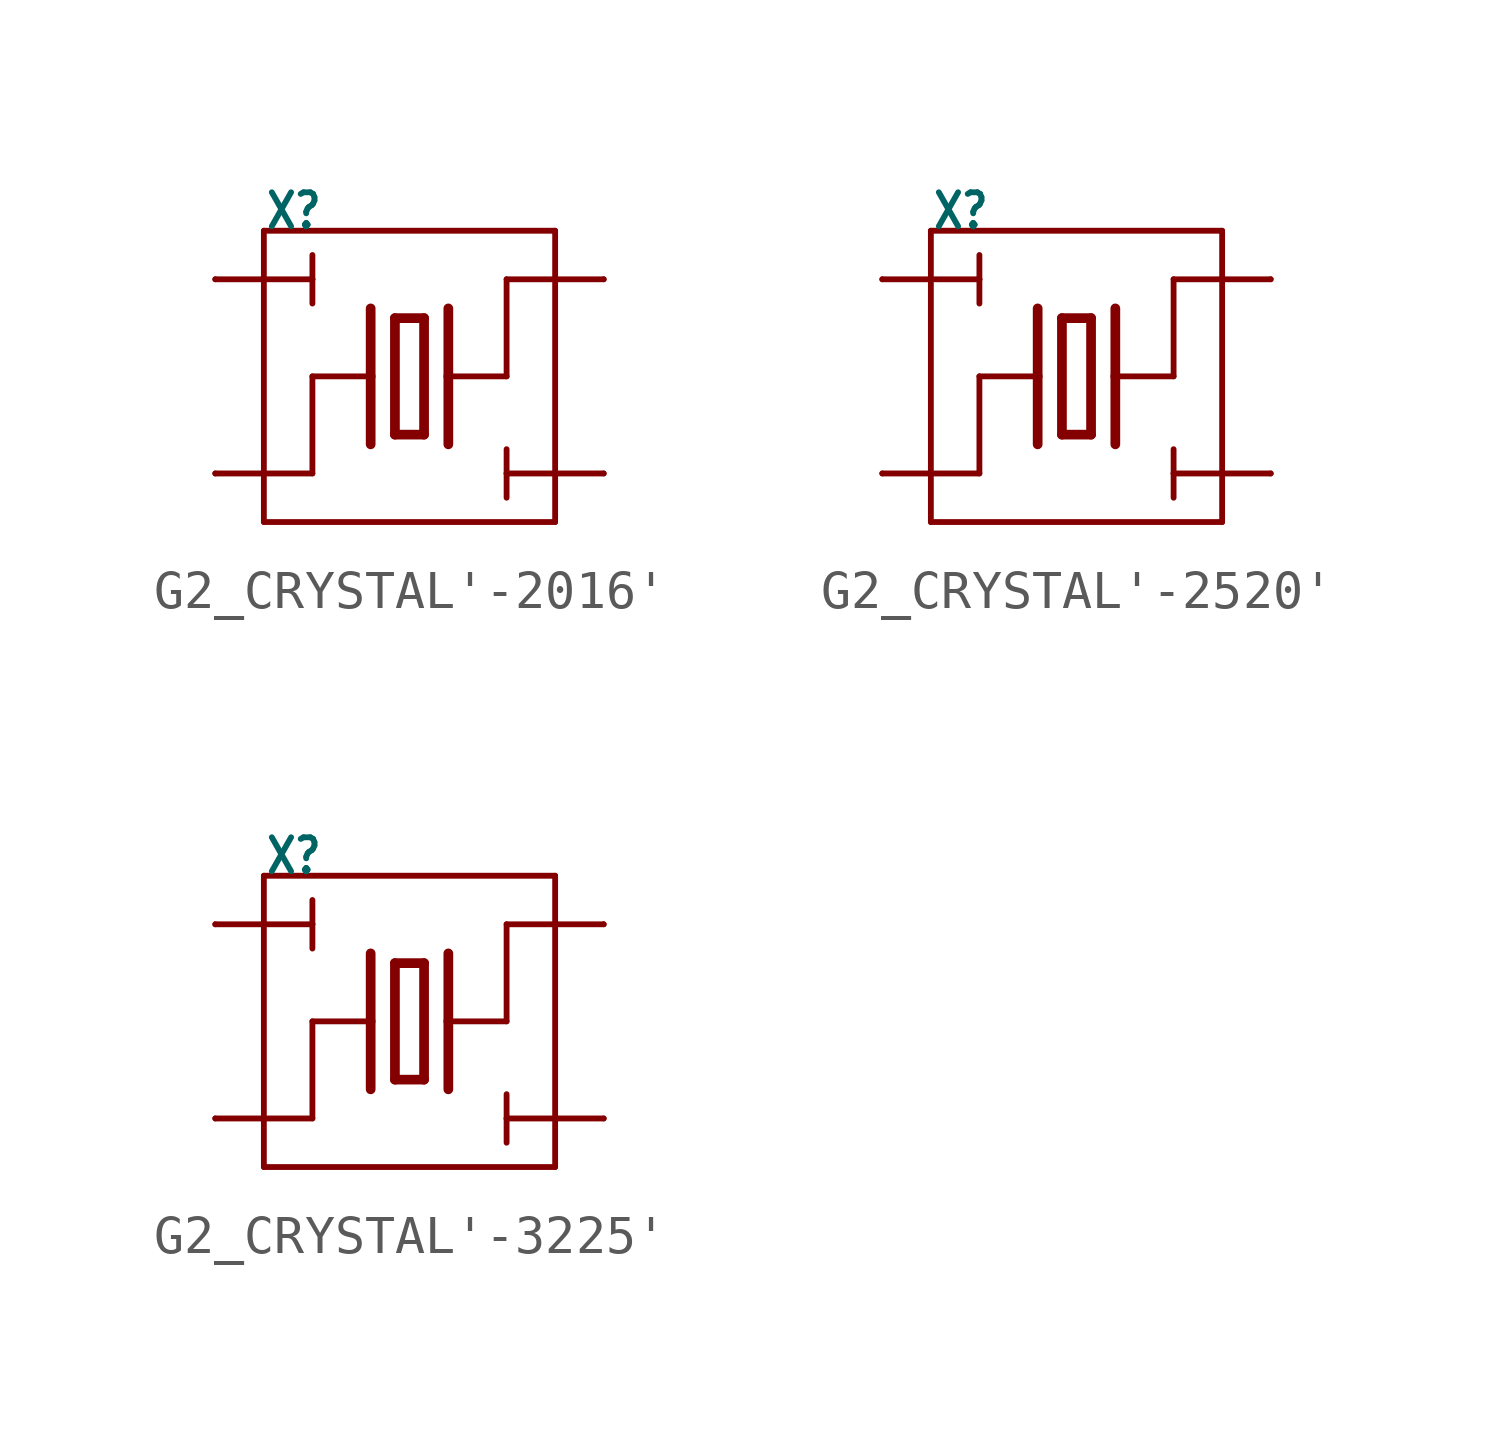
<source format=kicad_sym>
(kicad_symbol_lib
  (version 20231120)
  (generator "kicad_symbol_editor")
  (generator_version "8.0")
  (symbol "G2_CRYSTAL'-2016'"
    (property "Reference" "X"
      (at -3.81 3.81 0)
      (effects (font (size 0.889 0.756)) (justify left bottom)))
    (property "Value" ""
      (at 0 3.81 0)
      (effects (font (size 0.889 0.756)) (justify left bottom)))
    (property "ki_locked" ""
      (at 0 0 0)
      (effects (font (size 1.27 1.27))))
    (symbol "G2_CRYSTAL'-2016'_1_0"
      (polyline (pts (xy -3.81 -3.81) (xy -3.81 -2.54)) (stroke (width 0.152) (type solid)) (fill (type none)))
      (polyline (pts (xy -3.81 -2.54) (xy -5.08 -2.54)) (stroke (width 0.152) (type solid)) (fill (type none)))
      (polyline (pts (xy -3.81 -2.54) (xy -3.81 2.54)) (stroke (width 0.152) (type solid)) (fill (type none)))
      (polyline (pts (xy -3.81 2.54) (xy -5.08 2.54)) (stroke (width 0.152) (type solid)) (fill (type none)))
      (polyline (pts (xy -3.81 2.54) (xy -3.81 3.81)) (stroke (width 0.152) (type solid)) (fill (type none)))
      (polyline (pts (xy -3.81 2.54) (xy -2.54 2.54)) (stroke (width 0.152) (type solid)) (fill (type none)))
      (polyline (pts (xy -3.81 3.81) (xy 3.81 3.81)) (stroke (width 0.152) (type solid)) (fill (type none)))
      (polyline (pts (xy -2.54 -2.54) (xy -3.81 -2.54)) (stroke (width 0.152) (type solid)) (fill (type none)))
      (polyline (pts (xy -2.54 -2.54) (xy -2.54 0)) (stroke (width 0.152) (type solid)) (fill (type none)))
      (polyline (pts (xy -2.54 0) (xy -1.016 0)) (stroke (width 0.152) (type solid)) (fill (type none)))
      (polyline (pts (xy -2.54 2.54) (xy -2.54 1.905)) (stroke (width 0.152) (type solid)) (fill (type none)))
      (polyline (pts (xy -2.54 2.54) (xy -2.54 3.175)) (stroke (width 0.152) (type solid)) (fill (type none)))
      (polyline (pts (xy -1.016 0) (xy -1.016 -1.778)) (stroke (width 0.254) (type solid)) (fill (type none)))
      (polyline (pts (xy -1.016 1.778) (xy -1.016 0)) (stroke (width 0.254) (type solid)) (fill (type none)))
      (polyline (pts (xy -0.381 -1.524) (xy 0.381 -1.524)) (stroke (width 0.254) (type solid)) (fill (type none)))
      (polyline (pts (xy -0.381 1.524) (xy -0.381 -1.524)) (stroke (width 0.254) (type solid)) (fill (type none)))
      (polyline (pts (xy 0.381 -1.524) (xy 0.381 1.524)) (stroke (width 0.254) (type solid)) (fill (type none)))
      (polyline (pts (xy 0.381 1.524) (xy -0.381 1.524)) (stroke (width 0.254) (type solid)) (fill (type none)))
      (polyline (pts (xy 1.016 0) (xy 1.016 -1.778)) (stroke (width 0.254) (type solid)) (fill (type none)))
      (polyline (pts (xy 1.016 0) (xy 2.54 0)) (stroke (width 0.152) (type solid)) (fill (type none)))
      (polyline (pts (xy 1.016 1.778) (xy 1.016 0)) (stroke (width 0.254) (type solid)) (fill (type none)))
      (polyline (pts (xy 2.54 -2.54) (xy 2.54 -3.175)) (stroke (width 0.152) (type solid)) (fill (type none)))
      (polyline (pts (xy 2.54 -2.54) (xy 2.54 -1.905)) (stroke (width 0.152) (type solid)) (fill (type none)))
      (polyline (pts (xy 2.54 0) (xy 2.54 2.54)) (stroke (width 0.152) (type solid)) (fill (type none)))
      (polyline (pts (xy 2.54 2.54) (xy 3.81 2.54)) (stroke (width 0.152) (type solid)) (fill (type none)))
      (polyline (pts (xy 3.81 -3.81) (xy -3.81 -3.81)) (stroke (width 0.152) (type solid)) (fill (type none)))
      (polyline (pts (xy 3.81 -2.54) (xy 2.54 -2.54)) (stroke (width 0.152) (type solid)) (fill (type none)))
      (polyline (pts (xy 3.81 -2.54) (xy 3.81 -3.81)) (stroke (width 0.152) (type solid)) (fill (type none)))
      (polyline (pts (xy 3.81 -2.54) (xy 5.08 -2.54)) (stroke (width 0.152) (type solid)) (fill (type none)))
      (polyline (pts (xy 3.81 2.54) (xy 3.81 -2.54)) (stroke (width 0.152) (type solid)) (fill (type none)))
      (polyline (pts (xy 3.81 2.54) (xy 5.08 2.54)) (stroke (width 0.152) (type solid)) (fill (type none)))
      (polyline (pts (xy 3.81 3.81) (xy 3.81 2.54)) (stroke (width 0.152) (type solid)) (fill (type none)))
      (pin bidirectional line (at -5.08 2.54 0) (length 0) (name "1" (effects (font (size 0 0)))) (number "1" (effects (font (size 0 0)))))
      (pin passive line (at -5.08 -2.54 0) (length 0) (name "2" (effects (font (size 0 0)))) (number "2" (effects (font (size 0 0)))))
      (pin bidirectional line (at 5.08 -2.54 180) (length 0) (name "3" (effects (font (size 0 0)))) (number "3" (effects (font (size 0 0)))))
      (pin passive line (at 5.08 2.54 180) (length 0) (name "4" (effects (font (size 0 0)))) (number "4" (effects (font (size 0 0)))))))
  (symbol "G2_CRYSTAL'-2520'"
    (property "Reference" "X"
      (at -3.81 3.81 0)
      (effects (font (size 0.889 0.756)) (justify left bottom)))
    (property "Value" ""
      (at 0 3.81 0)
      (effects (font (size 0.889 0.756)) (justify left bottom)))
    (property "ki_locked" ""
      (at 0 0 0)
      (effects (font (size 1.27 1.27))))
    (symbol "G2_CRYSTAL'-2520'_1_0"
      (polyline (pts (xy -3.81 -3.81) (xy -3.81 -2.54)) (stroke (width 0.152) (type solid)) (fill (type none)))
      (polyline (pts (xy -3.81 -2.54) (xy -5.08 -2.54)) (stroke (width 0.152) (type solid)) (fill (type none)))
      (polyline (pts (xy -3.81 -2.54) (xy -3.81 2.54)) (stroke (width 0.152) (type solid)) (fill (type none)))
      (polyline (pts (xy -3.81 2.54) (xy -5.08 2.54)) (stroke (width 0.152) (type solid)) (fill (type none)))
      (polyline (pts (xy -3.81 2.54) (xy -3.81 3.81)) (stroke (width 0.152) (type solid)) (fill (type none)))
      (polyline (pts (xy -3.81 2.54) (xy -2.54 2.54)) (stroke (width 0.152) (type solid)) (fill (type none)))
      (polyline (pts (xy -3.81 3.81) (xy 3.81 3.81)) (stroke (width 0.152) (type solid)) (fill (type none)))
      (polyline (pts (xy -2.54 -2.54) (xy -3.81 -2.54)) (stroke (width 0.152) (type solid)) (fill (type none)))
      (polyline (pts (xy -2.54 -2.54) (xy -2.54 0)) (stroke (width 0.152) (type solid)) (fill (type none)))
      (polyline (pts (xy -2.54 0) (xy -1.016 0)) (stroke (width 0.152) (type solid)) (fill (type none)))
      (polyline (pts (xy -2.54 2.54) (xy -2.54 1.905)) (stroke (width 0.152) (type solid)) (fill (type none)))
      (polyline (pts (xy -2.54 2.54) (xy -2.54 3.175)) (stroke (width 0.152) (type solid)) (fill (type none)))
      (polyline (pts (xy -1.016 0) (xy -1.016 -1.778)) (stroke (width 0.254) (type solid)) (fill (type none)))
      (polyline (pts (xy -1.016 1.778) (xy -1.016 0)) (stroke (width 0.254) (type solid)) (fill (type none)))
      (polyline (pts (xy -0.381 -1.524) (xy 0.381 -1.524)) (stroke (width 0.254) (type solid)) (fill (type none)))
      (polyline (pts (xy -0.381 1.524) (xy -0.381 -1.524)) (stroke (width 0.254) (type solid)) (fill (type none)))
      (polyline (pts (xy 0.381 -1.524) (xy 0.381 1.524)) (stroke (width 0.254) (type solid)) (fill (type none)))
      (polyline (pts (xy 0.381 1.524) (xy -0.381 1.524)) (stroke (width 0.254) (type solid)) (fill (type none)))
      (polyline (pts (xy 1.016 0) (xy 1.016 -1.778)) (stroke (width 0.254) (type solid)) (fill (type none)))
      (polyline (pts (xy 1.016 0) (xy 2.54 0)) (stroke (width 0.152) (type solid)) (fill (type none)))
      (polyline (pts (xy 1.016 1.778) (xy 1.016 0)) (stroke (width 0.254) (type solid)) (fill (type none)))
      (polyline (pts (xy 2.54 -2.54) (xy 2.54 -3.175)) (stroke (width 0.152) (type solid)) (fill (type none)))
      (polyline (pts (xy 2.54 -2.54) (xy 2.54 -1.905)) (stroke (width 0.152) (type solid)) (fill (type none)))
      (polyline (pts (xy 2.54 0) (xy 2.54 2.54)) (stroke (width 0.152) (type solid)) (fill (type none)))
      (polyline (pts (xy 2.54 2.54) (xy 3.81 2.54)) (stroke (width 0.152) (type solid)) (fill (type none)))
      (polyline (pts (xy 3.81 -3.81) (xy -3.81 -3.81)) (stroke (width 0.152) (type solid)) (fill (type none)))
      (polyline (pts (xy 3.81 -2.54) (xy 2.54 -2.54)) (stroke (width 0.152) (type solid)) (fill (type none)))
      (polyline (pts (xy 3.81 -2.54) (xy 3.81 -3.81)) (stroke (width 0.152) (type solid)) (fill (type none)))
      (polyline (pts (xy 3.81 -2.54) (xy 5.08 -2.54)) (stroke (width 0.152) (type solid)) (fill (type none)))
      (polyline (pts (xy 3.81 2.54) (xy 3.81 -2.54)) (stroke (width 0.152) (type solid)) (fill (type none)))
      (polyline (pts (xy 3.81 2.54) (xy 5.08 2.54)) (stroke (width 0.152) (type solid)) (fill (type none)))
      (polyline (pts (xy 3.81 3.81) (xy 3.81 2.54)) (stroke (width 0.152) (type solid)) (fill (type none)))
      (pin bidirectional line (at -5.08 2.54 0) (length 0) (name "1" (effects (font (size 0 0)))) (number "1" (effects (font (size 0 0)))))
      (pin passive line (at -5.08 -2.54 0) (length 0) (name "2" (effects (font (size 0 0)))) (number "2" (effects (font (size 0 0)))))
      (pin bidirectional line (at 5.08 -2.54 180) (length 0) (name "3" (effects (font (size 0 0)))) (number "3" (effects (font (size 0 0)))))
      (pin passive line (at 5.08 2.54 180) (length 0) (name "4" (effects (font (size 0 0)))) (number "4" (effects (font (size 0 0)))))))
  (symbol "G2_CRYSTAL'-3225'"
    (property "Reference" "X"
      (at -3.81 3.81 0)
      (effects (font (size 0.889 0.756)) (justify left bottom)))
    (property "Value" ""
      (at 0 3.81 0)
      (effects (font (size 0.889 0.756)) (justify left bottom)))
    (property "ki_locked" ""
      (at 0 0 0)
      (effects (font (size 1.27 1.27))))
    (symbol "G2_CRYSTAL'-3225'_1_0"
      (polyline (pts (xy -3.81 -3.81) (xy -3.81 -2.54)) (stroke (width 0.152) (type solid)) (fill (type none)))
      (polyline (pts (xy -3.81 -2.54) (xy -5.08 -2.54)) (stroke (width 0.152) (type solid)) (fill (type none)))
      (polyline (pts (xy -3.81 -2.54) (xy -3.81 2.54)) (stroke (width 0.152) (type solid)) (fill (type none)))
      (polyline (pts (xy -3.81 2.54) (xy -5.08 2.54)) (stroke (width 0.152) (type solid)) (fill (type none)))
      (polyline (pts (xy -3.81 2.54) (xy -3.81 3.81)) (stroke (width 0.152) (type solid)) (fill (type none)))
      (polyline (pts (xy -3.81 2.54) (xy -2.54 2.54)) (stroke (width 0.152) (type solid)) (fill (type none)))
      (polyline (pts (xy -3.81 3.81) (xy 3.81 3.81)) (stroke (width 0.152) (type solid)) (fill (type none)))
      (polyline (pts (xy -2.54 -2.54) (xy -3.81 -2.54)) (stroke (width 0.152) (type solid)) (fill (type none)))
      (polyline (pts (xy -2.54 -2.54) (xy -2.54 0)) (stroke (width 0.152) (type solid)) (fill (type none)))
      (polyline (pts (xy -2.54 0) (xy -1.016 0)) (stroke (width 0.152) (type solid)) (fill (type none)))
      (polyline (pts (xy -2.54 2.54) (xy -2.54 1.905)) (stroke (width 0.152) (type solid)) (fill (type none)))
      (polyline (pts (xy -2.54 2.54) (xy -2.54 3.175)) (stroke (width 0.152) (type solid)) (fill (type none)))
      (polyline (pts (xy -1.016 0) (xy -1.016 -1.778)) (stroke (width 0.254) (type solid)) (fill (type none)))
      (polyline (pts (xy -1.016 1.778) (xy -1.016 0)) (stroke (width 0.254) (type solid)) (fill (type none)))
      (polyline (pts (xy -0.381 -1.524) (xy 0.381 -1.524)) (stroke (width 0.254) (type solid)) (fill (type none)))
      (polyline (pts (xy -0.381 1.524) (xy -0.381 -1.524)) (stroke (width 0.254) (type solid)) (fill (type none)))
      (polyline (pts (xy 0.381 -1.524) (xy 0.381 1.524)) (stroke (width 0.254) (type solid)) (fill (type none)))
      (polyline (pts (xy 0.381 1.524) (xy -0.381 1.524)) (stroke (width 0.254) (type solid)) (fill (type none)))
      (polyline (pts (xy 1.016 0) (xy 1.016 -1.778)) (stroke (width 0.254) (type solid)) (fill (type none)))
      (polyline (pts (xy 1.016 0) (xy 2.54 0)) (stroke (width 0.152) (type solid)) (fill (type none)))
      (polyline (pts (xy 1.016 1.778) (xy 1.016 0)) (stroke (width 0.254) (type solid)) (fill (type none)))
      (polyline (pts (xy 2.54 -2.54) (xy 2.54 -3.175)) (stroke (width 0.152) (type solid)) (fill (type none)))
      (polyline (pts (xy 2.54 -2.54) (xy 2.54 -1.905)) (stroke (width 0.152) (type solid)) (fill (type none)))
      (polyline (pts (xy 2.54 0) (xy 2.54 2.54)) (stroke (width 0.152) (type solid)) (fill (type none)))
      (polyline (pts (xy 2.54 2.54) (xy 3.81 2.54)) (stroke (width 0.152) (type solid)) (fill (type none)))
      (polyline (pts (xy 3.81 -3.81) (xy -3.81 -3.81)) (stroke (width 0.152) (type solid)) (fill (type none)))
      (polyline (pts (xy 3.81 -2.54) (xy 2.54 -2.54)) (stroke (width 0.152) (type solid)) (fill (type none)))
      (polyline (pts (xy 3.81 -2.54) (xy 3.81 -3.81)) (stroke (width 0.152) (type solid)) (fill (type none)))
      (polyline (pts (xy 3.81 -2.54) (xy 5.08 -2.54)) (stroke (width 0.152) (type solid)) (fill (type none)))
      (polyline (pts (xy 3.81 2.54) (xy 3.81 -2.54)) (stroke (width 0.152) (type solid)) (fill (type none)))
      (polyline (pts (xy 3.81 2.54) (xy 5.08 2.54)) (stroke (width 0.152) (type solid)) (fill (type none)))
      (polyline (pts (xy 3.81 3.81) (xy 3.81 2.54)) (stroke (width 0.152) (type solid)) (fill (type none)))
      (pin bidirectional line (at -5.08 2.54 0) (length 0) (name "1" (effects (font (size 0 0)))) (number "1" (effects (font (size 0 0)))))
      (pin passive line (at -5.08 -2.54 0) (length 0) (name "2" (effects (font (size 0 0)))) (number "2" (effects (font (size 0 0)))))
      (pin bidirectional line (at 5.08 -2.54 180) (length 0) (name "3" (effects (font (size 0 0)))) (number "3" (effects (font (size 0 0)))))
      (pin passive line (at 5.08 2.54 180) (length 0) (name "4" (effects (font (size 0 0)))) (number "4" (effects (font (size 0 0))))))))
</source>
